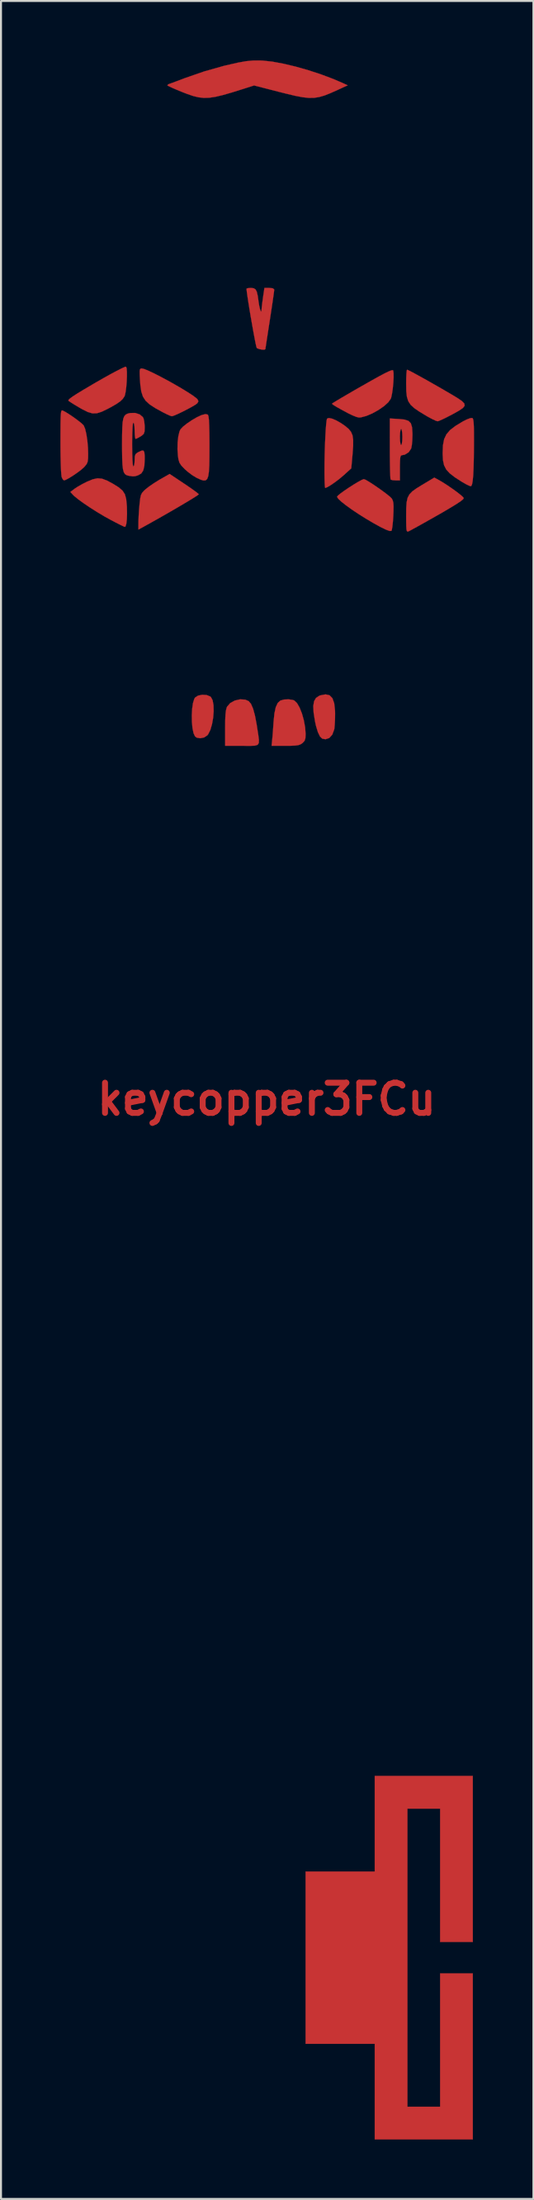
<source format=kicad_pcb>
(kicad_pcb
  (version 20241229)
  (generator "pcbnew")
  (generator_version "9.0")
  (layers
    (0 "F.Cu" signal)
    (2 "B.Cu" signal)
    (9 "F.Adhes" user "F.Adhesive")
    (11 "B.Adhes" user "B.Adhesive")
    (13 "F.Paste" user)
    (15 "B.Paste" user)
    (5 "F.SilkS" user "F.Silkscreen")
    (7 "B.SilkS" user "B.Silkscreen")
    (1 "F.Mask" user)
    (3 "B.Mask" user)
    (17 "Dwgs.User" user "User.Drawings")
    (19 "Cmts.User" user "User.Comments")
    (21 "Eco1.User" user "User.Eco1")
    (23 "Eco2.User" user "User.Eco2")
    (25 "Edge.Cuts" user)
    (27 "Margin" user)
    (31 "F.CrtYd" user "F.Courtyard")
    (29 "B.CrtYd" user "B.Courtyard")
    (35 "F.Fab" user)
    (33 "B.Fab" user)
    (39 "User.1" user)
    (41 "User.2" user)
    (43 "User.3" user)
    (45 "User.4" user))
  (footprint "keycopper3FCu"
    (layer "F.Cu")
    (at 10.419 52.445)
    (property "Reference" "keycopper3FCu" (at 0 0 0) (layer "F.Cu") (effects (font (size 1.524 1.524) (thickness 0.3))))
    (attr through_hole)
    (fp_poly (pts (xy 10.414 42.545) (xy 8.763 42.545) (xy 8.763 35.814) (xy 7.112 35.814) (xy 7.112 50.864) (xy 8.763 50.864) (xy 8.763 44.133) (xy 10.414 44.133) (xy 10.414 52.514) (xy 5.461 52.514) (xy 5.461 47.688) (xy 1.968 47.688) (xy 1.968 38.989) (xy 5.461 38.989) (xy 5.461 34.163) (xy 10.414 34.163) (xy 10.414 42.545)) (stroke (width 0.01) (type solid)) (fill yes) (layer "F.Cu"))
    (fp_poly (pts (xy 3.178 -20.394) (xy 3.322 -20.247) (xy 3.413 -19.993) (xy 3.454 -19.627) (xy 3.458 -19.47) (xy 3.454 -19.181) (xy 3.44 -18.913) (xy 3.421 -18.711) (xy 3.412 -18.664) (xy 3.315 -18.404) (xy 3.163 -18.237) (xy 2.972 -18.173) (xy 2.809 -18.204) (xy 2.697 -18.31) (xy 2.59 -18.53) (xy 2.493 -18.85) (xy 2.441 -19.092) (xy 2.373 -19.523) (xy 2.357 -19.852) (xy 2.396 -20.092) (xy 2.493 -20.258) (xy 2.652 -20.365) (xy 2.711 -20.388) (xy 2.976 -20.439) (xy 3.178 -20.394)) (stroke (width 0.01) (type solid)) (fill yes) (layer "F.Cu"))
    (fp_poly (pts (xy -3.026 -20.405) (xy -2.845 -20.33) (xy -2.814 -20.304) (xy -2.729 -20.143) (xy -2.684 -19.895) (xy -2.676 -19.589) (xy -2.702 -19.258) (xy -2.759 -18.933) (xy -2.843 -18.645) (xy -2.953 -18.425) (xy -2.998 -18.369) (xy -3.159 -18.264) (xy -3.354 -18.225) (xy -3.532 -18.255) (xy -3.616 -18.315) (xy -3.692 -18.479) (xy -3.745 -18.733) (xy -3.774 -19.046) (xy -3.78 -19.383) (xy -3.762 -19.712) (xy -3.721 -20) (xy -3.655 -20.212) (xy -3.617 -20.276) (xy -3.465 -20.376) (xy -3.251 -20.419) (xy -3.026 -20.405)) (stroke (width 0.01) (type solid)) (fill yes) (layer "F.Cu"))
    (fp_poly (pts (xy -1.08 -20.173) (xy -0.908 -20.098) (xy -0.791 -19.961) (xy -0.685 -19.719) (xy -0.589 -19.367) (xy -0.5 -18.896) (xy -0.478 -18.749) (xy -0.422 -18.392) (xy -0.39 -18.143) (xy -0.397 -17.982) (xy -0.459 -17.891) (xy -0.593 -17.85) (xy -0.815 -17.841) (xy -1.14 -17.843) (xy -1.238 -17.843) (xy -2.095 -17.843) (xy -2.095 -18.736) (xy -2.092 -19.129) (xy -2.079 -19.418) (xy -2.056 -19.622) (xy -2.021 -19.763) (xy -1.996 -19.82) (xy -1.838 -20.002) (xy -1.605 -20.128) (xy -1.338 -20.189) (xy -1.08 -20.173)) (stroke (width 0.01) (type solid)) (fill yes) (layer "F.Cu"))
    (fp_poly (pts (xy 1.335 -20.154) (xy 1.401 -20.127) (xy 1.536 -19.997) (xy 1.667 -19.768) (xy 1.785 -19.469) (xy 1.88 -19.126) (xy 1.945 -18.769) (xy 1.968 -18.435) (xy 1.958 -18.226) (xy 1.916 -18.095) (xy 1.824 -17.993) (xy 1.801 -17.975) (xy 1.711 -17.916) (xy 1.601 -17.877) (xy 1.445 -17.855) (xy 1.213 -17.845) (xy 0.942 -17.843) (xy 0.25 -17.843) (xy 0.281 -18.145) (xy 0.3 -18.348) (xy 0.322 -18.629) (xy 0.343 -18.936) (xy 0.35 -19.043) (xy 0.393 -19.474) (xy 0.461 -19.791) (xy 0.56 -20.005) (xy 0.689 -20.124) (xy 0.879 -20.179) (xy 1.118 -20.189) (xy 1.335 -20.154)) (stroke (width 0.01) (type solid)) (fill yes) (layer "F.Cu"))
    (fp_poly (pts (xy -4.165 -31.077) (xy -3.899 -30.897) (xy -3.676 -30.74) (xy -3.514 -30.619) (xy -3.434 -30.549) (xy -3.429 -30.54) (xy -3.482 -30.496) (xy -3.63 -30.399) (xy -3.858 -30.258) (xy -4.15 -30.083) (xy -4.49 -29.882) (xy -4.864 -29.665) (xy -5.256 -29.44) (xy -5.65 -29.217) (xy -6.03 -29.005) (xy -6.048 -28.995) (xy -6.477 -28.759) (xy -6.474 -29.159) (xy -6.465 -29.431) (xy -6.444 -29.758) (xy -6.417 -30.067) (xy -6.387 -30.324) (xy -6.351 -30.493) (xy -6.293 -30.611) (xy -6.198 -30.718) (xy -6.112 -30.797) (xy -5.934 -30.936) (xy -5.69 -31.103) (xy -5.429 -31.266) (xy -5.38 -31.294) (xy -4.901 -31.567) (xy -4.165 -31.077)) (stroke (width 0.01) (type solid)) (fill yes) (layer "F.Cu"))
    (fp_poly (pts (xy -8.313 -31.327) (xy -8.059 -31.231) (xy -7.759 -31.07) (xy -7.471 -30.89) (xy -7.278 -30.724) (xy -7.159 -30.539) (xy -7.095 -30.301) (xy -7.064 -29.976) (xy -7.06 -29.912) (xy -7.053 -29.563) (xy -7.063 -29.268) (xy -7.089 -29.046) (xy -7.13 -28.918) (xy -7.163 -28.894) (xy -7.233 -28.922) (xy -7.392 -28.999) (xy -7.614 -29.111) (xy -7.846 -29.232) (xy -8.189 -29.421) (xy -8.551 -29.637) (xy -8.909 -29.864) (xy -9.239 -30.086) (xy -9.516 -30.286) (xy -9.716 -30.449) (xy -9.771 -30.503) (xy -9.915 -30.657) (xy -9.703 -30.819) (xy -9.535 -30.929) (xy -9.302 -31.061) (xy -9.059 -31.183) (xy -8.777 -31.299) (xy -8.54 -31.348) (xy -8.313 -31.327)) (stroke (width 0.01) (type solid)) (fill yes) (layer "F.Cu"))
    (fp_poly (pts (xy 3.308 -34.358) (xy 3.528 -34.264) (xy 3.776 -34.121) (xy 3.969 -33.986) (xy 4.143 -33.84) (xy 4.264 -33.691) (xy 4.338 -33.516) (xy 4.371 -33.29) (xy 4.37 -32.99) (xy 4.341 -32.589) (xy 4.339 -32.563) (xy 4.275 -31.85) (xy 3.905 -31.514) (xy 3.696 -31.336) (xy 3.469 -31.163) (xy 3.253 -31.013) (xy 3.075 -30.906) (xy 2.963 -30.861) (xy 2.957 -30.861) (xy 2.944 -30.921) (xy 2.933 -31.084) (xy 2.925 -31.328) (xy 2.921 -31.629) (xy 2.921 -31.708) (xy 2.924 -32.144) (xy 2.933 -32.59) (xy 2.947 -33.025) (xy 2.965 -33.431) (xy 2.985 -33.787) (xy 3.007 -34.074) (xy 3.03 -34.273) (xy 3.052 -34.36) (xy 3.142 -34.393) (xy 3.308 -34.358)) (stroke (width 0.01) (type solid)) (fill yes) (layer "F.Cu"))
    (fp_poly (pts (xy 8.664 -31.279) (xy 8.889 -31.148) (xy 9.139 -30.988) (xy 9.391 -30.815) (xy 9.622 -30.647) (xy 9.809 -30.5) (xy 9.927 -30.391) (xy 9.956 -30.348) (xy 9.923 -30.291) (xy 9.806 -30.194) (xy 9.597 -30.054) (xy 9.292 -29.867) (xy 8.883 -29.627) (xy 8.623 -29.478) (xy 8.242 -29.262) (xy 7.894 -29.067) (xy 7.594 -28.9) (xy 7.36 -28.771) (xy 7.208 -28.69) (xy 7.16 -28.667) (xy 7.114 -28.659) (xy 7.083 -28.689) (xy 7.063 -28.776) (xy 7.053 -28.938) (xy 7.049 -29.196) (xy 7.048 -29.432) (xy 7.052 -29.834) (xy 7.072 -30.135) (xy 7.121 -30.361) (xy 7.213 -30.537) (xy 7.36 -30.69) (xy 7.576 -30.844) (xy 7.857 -31.017) (xy 8.47 -31.384) (xy 8.664 -31.279)) (stroke (width 0.01) (type solid)) (fill yes) (layer "F.Cu"))
    (fp_poly (pts (xy 10.415 -34.365) (xy 10.439 -34.295) (xy 10.455 -34.169) (xy 10.466 -33.972) (xy 10.471 -33.688) (xy 10.472 -33.302) (xy 10.471 -33.006) (xy 10.465 -32.388) (xy 10.453 -31.89) (xy 10.435 -31.505) (xy 10.409 -31.226) (xy 10.377 -31.046) (xy 10.336 -30.958) (xy 10.319 -30.948) (xy 10.237 -30.97) (xy 10.081 -31.045) (xy 9.884 -31.157) (xy 9.871 -31.165) (xy 9.51 -31.397) (xy 9.249 -31.599) (xy 9.072 -31.793) (xy 8.964 -32.004) (xy 8.909 -32.255) (xy 8.892 -32.568) (xy 8.892 -32.639) (xy 8.908 -33.019) (xy 8.966 -33.321) (xy 9.082 -33.568) (xy 9.27 -33.786) (xy 9.547 -33.997) (xy 9.923 -34.224) (xy 10.124 -34.324) (xy 10.291 -34.385) (xy 10.383 -34.394) (xy 10.415 -34.365)) (stroke (width 0.01) (type solid)) (fill yes) (layer "F.Cu"))
    (fp_poly (pts (xy -7.073 -36.902) (xy -7.059 -36.727) (xy -7.059 -36.489) (xy -7.07 -36.219) (xy -7.092 -35.95) (xy -7.123 -35.713) (xy -7.16 -35.539) (xy -7.181 -35.486) (xy -7.269 -35.355) (xy -7.398 -35.232) (xy -7.59 -35.099) (xy -7.868 -34.939) (xy -8.011 -34.863) (xy -8.323 -34.712) (xy -8.571 -34.632) (xy -8.795 -34.625) (xy -9.031 -34.693) (xy -9.318 -34.836) (xy -9.431 -34.901) (xy -9.664 -35.038) (xy -9.858 -35.159) (xy -9.985 -35.244) (xy -10.012 -35.266) (xy -10.008 -35.305) (xy -9.937 -35.375) (xy -9.791 -35.481) (xy -9.562 -35.629) (xy -9.24 -35.825) (xy -8.819 -36.073) (xy -8.631 -36.183) (xy -8.238 -36.408) (xy -7.88 -36.607) (xy -7.572 -36.771) (xy -7.33 -36.894) (xy -7.169 -36.967) (xy -7.103 -36.983) (xy -7.073 -36.902)) (stroke (width 0.01) (type solid)) (fill yes) (layer "F.Cu"))
    (fp_poly (pts (xy 7.169 -36.799) (xy 7.337 -36.714) (xy 7.582 -36.581) (xy 7.889 -36.412) (xy 8.242 -36.214) (xy 8.625 -35.996) (xy 9.021 -35.767) (xy 9.291 -35.61) (xy 9.631 -35.406) (xy 9.863 -35.249) (xy 9.986 -35.123) (xy 10.003 -35.011) (xy 9.913 -34.897) (xy 9.719 -34.765) (xy 9.422 -34.599) (xy 9.366 -34.569) (xy 9.104 -34.433) (xy 8.876 -34.322) (xy 8.709 -34.249) (xy 8.635 -34.227) (xy 8.537 -34.258) (xy 8.365 -34.338) (xy 8.15 -34.454) (xy 8.095 -34.485) (xy 7.728 -34.706) (xy 7.458 -34.89) (xy 7.271 -35.063) (xy 7.152 -35.247) (xy 7.085 -35.467) (xy 7.055 -35.745) (xy 7.049 -36.104) (xy 7.048 -36.128) (xy 7.052 -36.41) (xy 7.063 -36.637) (xy 7.078 -36.786) (xy 7.094 -36.83) (xy 7.169 -36.799)) (stroke (width 0.01) (type solid)) (fill yes) (layer "F.Cu"))
    (fp_poly (pts (xy -6.174 -36.862) (xy -5.96 -36.773) (xy -5.678 -36.64) (xy -5.351 -36.473) (xy -4.997 -36.284) (xy -4.638 -36.083) (xy -4.294 -35.883) (xy -3.985 -35.694) (xy -3.732 -35.529) (xy -3.555 -35.397) (xy -3.491 -35.335) (xy -3.447 -35.236) (xy -3.501 -35.137) (xy -3.59 -35.07) (xy -3.761 -34.967) (xy -3.985 -34.845) (xy -4.229 -34.72) (xy -4.463 -34.607) (xy -4.656 -34.523) (xy -4.776 -34.482) (xy -4.79 -34.481) (xy -4.877 -34.508) (xy -5.04 -34.581) (xy -5.239 -34.68) (xy -5.627 -34.893) (xy -5.914 -35.081) (xy -6.116 -35.268) (xy -6.25 -35.476) (xy -6.332 -35.729) (xy -6.378 -36.049) (xy -6.397 -36.302) (xy -6.412 -36.578) (xy -6.414 -36.752) (xy -6.4 -36.846) (xy -6.365 -36.885) (xy -6.306 -36.893) (xy -6.302 -36.894) (xy -6.174 -36.862)) (stroke (width 0.01) (type solid)) (fill yes) (layer "F.Cu"))
    (fp_poly (pts (xy -2.986 -34.567) (xy -2.963 -34.548) (xy -2.937 -34.472) (xy -2.916 -34.298) (xy -2.902 -34.019) (xy -2.893 -33.629) (xy -2.889 -33.12) (xy -2.889 -32.963) (xy -2.891 -32.423) (xy -2.898 -31.999) (xy -2.917 -31.68) (xy -2.95 -31.455) (xy -3.004 -31.314) (xy -3.082 -31.245) (xy -3.189 -31.236) (xy -3.33 -31.279) (xy -3.509 -31.36) (xy -3.555 -31.383) (xy -3.76 -31.508) (xy -3.99 -31.682) (xy -4.136 -31.811) (xy -4.304 -31.986) (xy -4.401 -32.13) (xy -4.453 -32.297) (xy -4.479 -32.471) (xy -4.503 -32.815) (xy -4.496 -33.161) (xy -4.46 -33.474) (xy -4.4 -33.718) (xy -4.353 -33.818) (xy -4.229 -33.951) (xy -4.026 -34.113) (xy -3.779 -34.28) (xy -3.526 -34.428) (xy -3.301 -34.533) (xy -3.26 -34.547) (xy -3.088 -34.589) (xy -2.986 -34.567)) (stroke (width 0.01) (type solid)) (fill yes) (layer "F.Cu"))
    (fp_poly (pts (xy 6.393 -36.791) (xy 6.413 -36.656) (xy 6.414 -36.433) (xy 6.398 -36.161) (xy 6.371 -35.876) (xy 6.333 -35.616) (xy 6.29 -35.419) (xy 6.272 -35.367) (xy 6.145 -35.186) (xy 5.928 -34.99) (xy 5.65 -34.798) (xy 5.343 -34.627) (xy 5.038 -34.497) (xy 4.767 -34.425) (xy 4.665 -34.417) (xy 4.537 -34.446) (xy 4.342 -34.523) (xy 4.12 -34.63) (xy 4.117 -34.632) (xy 3.77 -34.819) (xy 3.526 -34.956) (xy 3.376 -35.049) (xy 3.309 -35.103) (xy 3.303 -35.115) (xy 3.356 -35.154) (xy 3.506 -35.247) (xy 3.737 -35.385) (xy 4.038 -35.561) (xy 4.392 -35.767) (xy 4.786 -35.993) (xy 4.83 -36.018) (xy 5.298 -36.283) (xy 5.668 -36.489) (xy 5.949 -36.639) (xy 6.153 -36.738) (xy 6.288 -36.793) (xy 6.365 -36.808) (xy 6.393 -36.791)) (stroke (width 0.01) (type solid)) (fill yes) (layer "F.Cu"))
    (fp_poly (pts (xy 5.004 -31.27) (xy 5.17 -31.173) (xy 5.386 -31.035) (xy 5.626 -30.871) (xy 5.865 -30.701) (xy 6.078 -30.541) (xy 6.239 -30.409) (xy 6.323 -30.323) (xy 6.371 -30.229) (xy 6.4 -30.109) (xy 6.411 -29.935) (xy 6.407 -29.68) (xy 6.398 -29.456) (xy 6.379 -29.167) (xy 6.354 -28.924) (xy 6.326 -28.756) (xy 6.303 -28.693) (xy 6.212 -28.689) (xy 6.026 -28.756) (xy 5.766 -28.882) (xy 5.387 -29.091) (xy 5.005 -29.317) (xy 4.636 -29.549) (xy 4.297 -29.776) (xy 4.003 -29.988) (xy 3.771 -30.171) (xy 3.617 -30.317) (xy 3.556 -30.413) (xy 3.556 -30.417) (xy 3.607 -30.48) (xy 3.742 -30.59) (xy 3.936 -30.73) (xy 4.164 -30.884) (xy 4.401 -31.035) (xy 4.62 -31.167) (xy 4.796 -31.262) (xy 4.905 -31.305) (xy 4.913 -31.305) (xy 5.004 -31.27)) (stroke (width 0.01) (type solid)) (fill yes) (layer "F.Cu"))
    (fp_poly (pts (xy -10.308 -34.771) (xy -10.164 -34.698) (xy -9.964 -34.573) (xy -9.74 -34.421) (xy -9.525 -34.263) (xy -9.349 -34.123) (xy -9.246 -34.022) (xy -9.24 -34.013) (xy -9.169 -33.843) (xy -9.107 -33.577) (xy -9.057 -33.248) (xy -9.026 -32.886) (xy -9.017 -32.59) (xy -9.021 -32.345) (xy -9.042 -32.184) (xy -9.092 -32.067) (xy -9.185 -31.951) (xy -9.223 -31.909) (xy -9.359 -31.787) (xy -9.55 -31.642) (xy -9.765 -31.494) (xy -9.973 -31.364) (xy -10.142 -31.273) (xy -10.237 -31.242) (xy -10.296 -31.294) (xy -10.352 -31.405) (xy -10.369 -31.512) (xy -10.385 -31.728) (xy -10.397 -32.033) (xy -10.407 -32.409) (xy -10.413 -32.838) (xy -10.414 -33.19) (xy -10.413 -33.686) (xy -10.411 -34.069) (xy -10.406 -34.353) (xy -10.397 -34.552) (xy -10.384 -34.679) (xy -10.366 -34.749) (xy -10.341 -34.775) (xy -10.308 -34.771)) (stroke (width 0.01) (type solid)) (fill yes) (layer "F.Cu"))
    (fp_poly (pts (xy 6.675 -34.342) (xy 6.967 -34.312) (xy 7.165 -34.247) (xy 7.284 -34.126) (xy 7.345 -33.927) (xy 7.365 -33.63) (xy 7.366 -33.53) (xy 7.357 -33.265) (xy 7.335 -33.024) (xy 7.303 -32.857) (xy 7.299 -32.848) (xy 7.175 -32.664) (xy 6.979 -32.541) (xy 6.823 -32.512) (xy 6.78 -32.489) (xy 6.752 -32.406) (xy 6.737 -32.242) (xy 6.731 -31.979) (xy 6.731 -31.877) (xy 6.731 -31.242) (xy 6.519 -31.242) (xy 6.362 -31.254) (xy 6.268 -31.282) (xy 6.265 -31.284) (xy 6.253 -31.357) (xy 6.243 -31.539) (xy 6.234 -31.812) (xy 6.228 -32.157) (xy 6.224 -32.558) (xy 6.223 -32.847) (xy 6.223 -33.433) (xy 6.731 -33.433) (xy 6.74 -33.217) (xy 6.764 -33.069) (xy 6.795 -33.02) (xy 6.828 -33.078) (xy 6.85 -33.233) (xy 6.858 -33.433) (xy 6.849 -33.648) (xy 6.825 -33.796) (xy 6.795 -33.846) (xy 6.761 -33.787) (xy 6.739 -33.633) (xy 6.731 -33.433) (xy 6.223 -33.433) (xy 6.223 -34.368) (xy 6.675 -34.342)) (stroke (width 0.01) (type solid)) (fill yes) (layer "F.Cu"))
    (fp_poly (pts (xy -0.191 -52.434) (xy 0.285 -52.383) (xy 0.844 -52.28) (xy 1.459 -52.134) (xy 2.103 -51.951) (xy 2.747 -51.74) (xy 3.363 -51.509) (xy 3.809 -51.318) (xy 4.095 -51.188) (xy 3.587 -50.955) (xy 3.23 -50.796) (xy 2.929 -50.676) (xy 2.659 -50.597) (xy 2.399 -50.556) (xy 2.125 -50.553) (xy 1.814 -50.587) (xy 1.443 -50.658) (xy 0.99 -50.766) (xy 0.603 -50.863) (xy -0.634 -51.181) (xy -1.222 -50.994) (xy -1.767 -50.824) (xy -2.213 -50.696) (xy -2.583 -50.608) (xy -2.896 -50.561) (xy -3.174 -50.553) (xy -3.439 -50.582) (xy -3.711 -50.648) (xy -4.012 -50.751) (xy -4.27 -50.851) (xy -4.552 -50.967) (xy -4.785 -51.068) (xy -4.947 -51.145) (xy -5.015 -51.187) (xy -5.016 -51.189) (xy -4.965 -51.239) (xy -4.905 -51.263) (xy -4.803 -51.298) (xy -4.612 -51.369) (xy -4.36 -51.463) (xy -4.125 -51.553) (xy -3.16 -51.887) (xy -2.151 -52.172) (xy -1.453 -52.332) (xy -1.041 -52.405) (xy -0.683 -52.439) (xy -0.313 -52.44) (xy -0.191 -52.434)) (stroke (width 0.01) (type solid)) (fill yes) (layer "F.Cu"))
    (fp_poly (pts (xy 0.305 -40.942) (xy 0.376 -40.89) (xy 0.381 -40.857) (xy 0.372 -40.768) (xy 0.345 -40.572) (xy 0.305 -40.289) (xy 0.253 -39.939) (xy 0.192 -39.54) (xy 0.159 -39.325) (xy 0.095 -38.914) (xy 0.039 -38.548) (xy -0.008 -38.243) (xy -0.042 -38.018) (xy -0.061 -37.891) (xy -0.064 -37.869) (xy -0.115 -37.842) (xy -0.237 -37.846) (xy -0.376 -37.873) (xy -0.482 -37.916) (xy -0.5 -37.932) (xy -0.523 -38.008) (xy -0.563 -38.188) (xy -0.614 -38.45) (xy -0.674 -38.772) (xy -0.738 -39.134) (xy -0.804 -39.512) (xy -0.867 -39.887) (xy -0.923 -40.235) (xy -0.969 -40.535) (xy -1.001 -40.766) (xy -1.016 -40.906) (xy -1.016 -40.921) (xy -0.96 -40.945) (xy -0.822 -40.957) (xy -0.792 -40.958) (xy -0.656 -40.943) (xy -0.561 -40.885) (xy -0.496 -40.762) (xy -0.448 -40.552) (xy -0.411 -40.287) (xy -0.377 -40.067) (xy -0.338 -39.894) (xy -0.3 -39.787) (xy -0.271 -39.764) (xy -0.256 -39.845) (xy -0.256 -39.86) (xy -0.246 -39.99) (xy -0.221 -40.202) (xy -0.187 -40.452) (xy -0.183 -40.479) (xy -0.112 -40.958) (xy 0.135 -40.958) (xy 0.305 -40.942)) (stroke (width 0.01) (type solid)) (fill yes) (layer "F.Cu"))
    (fp_poly (pts (xy -6.413 -34.573) (xy -6.254 -34.439) (xy -6.218 -34.371) (xy -6.183 -34.216) (xy -6.162 -34.001) (xy -6.16 -33.904) (xy -6.168 -33.708) (xy -6.208 -33.591) (xy -6.304 -33.504) (xy -6.366 -33.464) (xy -6.511 -33.382) (xy -6.609 -33.339) (xy -6.62 -33.338) (xy -6.644 -33.396) (xy -6.661 -33.547) (xy -6.668 -33.75) (xy -6.676 -33.966) (xy -6.7 -34.114) (xy -6.731 -34.163) (xy -6.756 -34.101) (xy -6.774 -33.921) (xy -6.787 -33.632) (xy -6.794 -33.242) (xy -6.795 -33.052) (xy -6.791 -32.623) (xy -6.781 -32.291) (xy -6.764 -32.064) (xy -6.742 -31.951) (xy -6.731 -31.941) (xy -6.695 -31.998) (xy -6.672 -32.144) (xy -6.668 -32.256) (xy -6.66 -32.451) (xy -6.622 -32.564) (xy -6.535 -32.639) (xy -6.48 -32.669) (xy -6.323 -32.742) (xy -6.227 -32.747) (xy -6.179 -32.67) (xy -6.161 -32.493) (xy -6.16 -32.324) (xy -6.176 -31.984) (xy -6.232 -31.746) (xy -6.335 -31.591) (xy -6.493 -31.5) (xy -6.495 -31.499) (xy -6.64 -31.455) (xy -6.759 -31.445) (xy -6.917 -31.468) (xy -6.969 -31.477) (xy -7.075 -31.507) (xy -7.156 -31.562) (xy -7.215 -31.657) (xy -7.256 -31.808) (xy -7.282 -32.03) (xy -7.296 -32.339) (xy -7.302 -32.749) (xy -7.303 -33.052) (xy -7.301 -33.53) (xy -7.292 -33.897) (xy -7.274 -34.168) (xy -7.24 -34.36) (xy -7.188 -34.488) (xy -7.113 -34.568) (xy -7.011 -34.615) (xy -6.887 -34.644) (xy -6.637 -34.647) (xy -6.413 -34.573)) (stroke (width 0.01) (type solid)) (fill yes) (layer "F.Cu")))
  (gr_rect
    (start -3 -3)
    (end 23.896 107.964)
    (stroke (width 0.1) (type default))
    (fill no)
    (layer "Edge.Cuts")))
</source>
